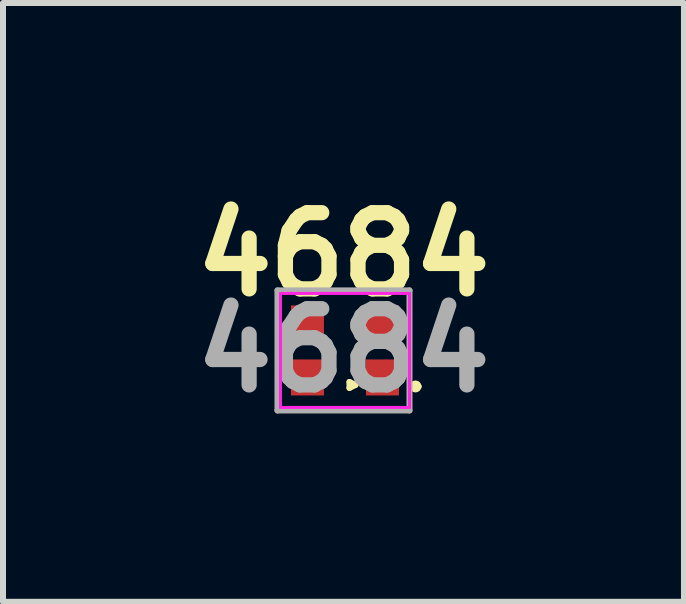
<source format=kicad_pcb>
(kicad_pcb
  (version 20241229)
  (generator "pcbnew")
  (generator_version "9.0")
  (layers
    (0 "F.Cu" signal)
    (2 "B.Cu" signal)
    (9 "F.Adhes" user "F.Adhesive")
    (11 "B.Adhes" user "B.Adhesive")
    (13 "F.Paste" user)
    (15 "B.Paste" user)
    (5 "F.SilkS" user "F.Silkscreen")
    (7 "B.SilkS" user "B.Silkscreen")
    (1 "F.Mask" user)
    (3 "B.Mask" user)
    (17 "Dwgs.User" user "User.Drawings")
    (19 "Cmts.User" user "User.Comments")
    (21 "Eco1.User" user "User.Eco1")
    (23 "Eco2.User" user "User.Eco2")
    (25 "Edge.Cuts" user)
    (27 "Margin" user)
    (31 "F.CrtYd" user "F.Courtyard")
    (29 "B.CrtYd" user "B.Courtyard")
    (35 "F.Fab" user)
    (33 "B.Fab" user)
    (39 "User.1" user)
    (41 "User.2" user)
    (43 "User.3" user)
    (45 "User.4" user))
  (footprint "4684"
    (layer "F.Cu")
    (at 2.673 2.789)
    (property "Reference" "4684" (at 0 -1.6 0) (layer "F.SilkS") (effects (font (size 1.27 1.27) (thickness 0.254))))
    (attr smd)
    (fp_line (start 0.1 0.525) (end 0.2 0.575) (stroke (width 0.1) (type default)) (layer "F.SilkS"))
    (fp_line (start 0.1 0.625) (end 0.1 0.525) (stroke (width 0.1) (type default)) (layer "F.SilkS"))
    (fp_line (start 0.2 0.575) (end 0.1 0.625) (stroke (width 0.1) (type default)) (layer "F.SilkS"))
    (fp_line (start 1.15 0.6) (end 1.15 0.6) (stroke (width 0.1) (type solid)) (layer "F.SilkS"))
    (fp_line (start 1.25 0.6) (end 1.25 0.6) (stroke (width 0.1) (type solid)) (layer "F.SilkS"))
    (fp_arc (start 1.15 0.6) (mid 1.2 0.55) (end 1.25 0.6) (stroke (width 0.1) (type solid)) (layer "F.SilkS"))
    (fp_arc (start 1.25 0.6) (mid 1.2 0.65) (end 1.15 0.6) (stroke (width 0.1) (type solid)) (layer "F.SilkS"))
    (fp_line (start -0.75 -0.75) (end 0.75 -0.75) (stroke (width 0.05) (type default)) (layer "Eco2.User"))
    (fp_line (start -0.75 0.75) (end -0.75 -0.75) (stroke (width 0.05) (type default)) (layer "Eco2.User"))
    (fp_line (start 0.75 -0.75) (end 0.75 0.75) (stroke (width 0.05) (type default)) (layer "Eco2.User"))
    (fp_line (start 0.75 0.75) (end -0.75 0.75) (stroke (width 0.05) (type default)) (layer "Eco2.User"))
    (fp_line (start -1.05 -0.95) (end -1.05 0.95) (stroke (width 0.05) (type default)) (layer "F.CrtYd"))
    (fp_line (start -1.05 -0.95) (end 1.1 -0.95) (stroke (width 0.05) (type default)) (layer "F.CrtYd"))
    (fp_line (start -1.05 0.95) (end 1.1 0.95) (stroke (width 0.05) (type default)) (layer "F.CrtYd"))
    (fp_line (start 1.1 -0.95) (end 1.1 0.95) (stroke (width 0.05) (type default)) (layer "F.CrtYd"))
    (fp_line (start -1.1 -1) (end 1.1 -1) (stroke (width 0.1) (type solid)) (layer "F.Fab"))
    (fp_line (start -1.1 1) (end -1.1 -1) (stroke (width 0.1) (type solid)) (layer "F.Fab"))
    (fp_line (start 1.1 -1) (end 1.1 1) (stroke (width 0.1) (type solid)) (layer "F.Fab"))
    (fp_line (start 1.1 1) (end -1.1 1) (stroke (width 0.1) (type solid)) (layer "F.Fab"))
    (fp_text user "${REFERENCE}" (at 0 0 0) (layer "F.Fab") (effects (font (size 1.27 1.27) (thickness 0.254))))
    (pad "1" smd rect (at 0.65 0.45 90) (size 0.6 0.55) (layers "F.Cu" "F.Mask" "F.Paste"))
    (pad "2" smd rect (at 0.65 -0.45 90) (size 0.6 0.55) (layers "F.Cu" "F.Mask" "F.Paste"))
    (pad "3" smd rect (at -0.6 -0.45 90) (size 0.6 0.55) (layers "F.Cu" "F.Mask" "F.Paste"))
    (pad "4" smd rect (at -0.6 0.45 90) (size 0.6 0.55) (layers "F.Cu" "F.Mask" "F.Paste")))
  (gr_rect
    (start -3 -3)
    (end 8.346 6.977)
    (stroke (width 0.1) (type default))
    (fill no)
    (layer "Edge.Cuts")))
</source>
